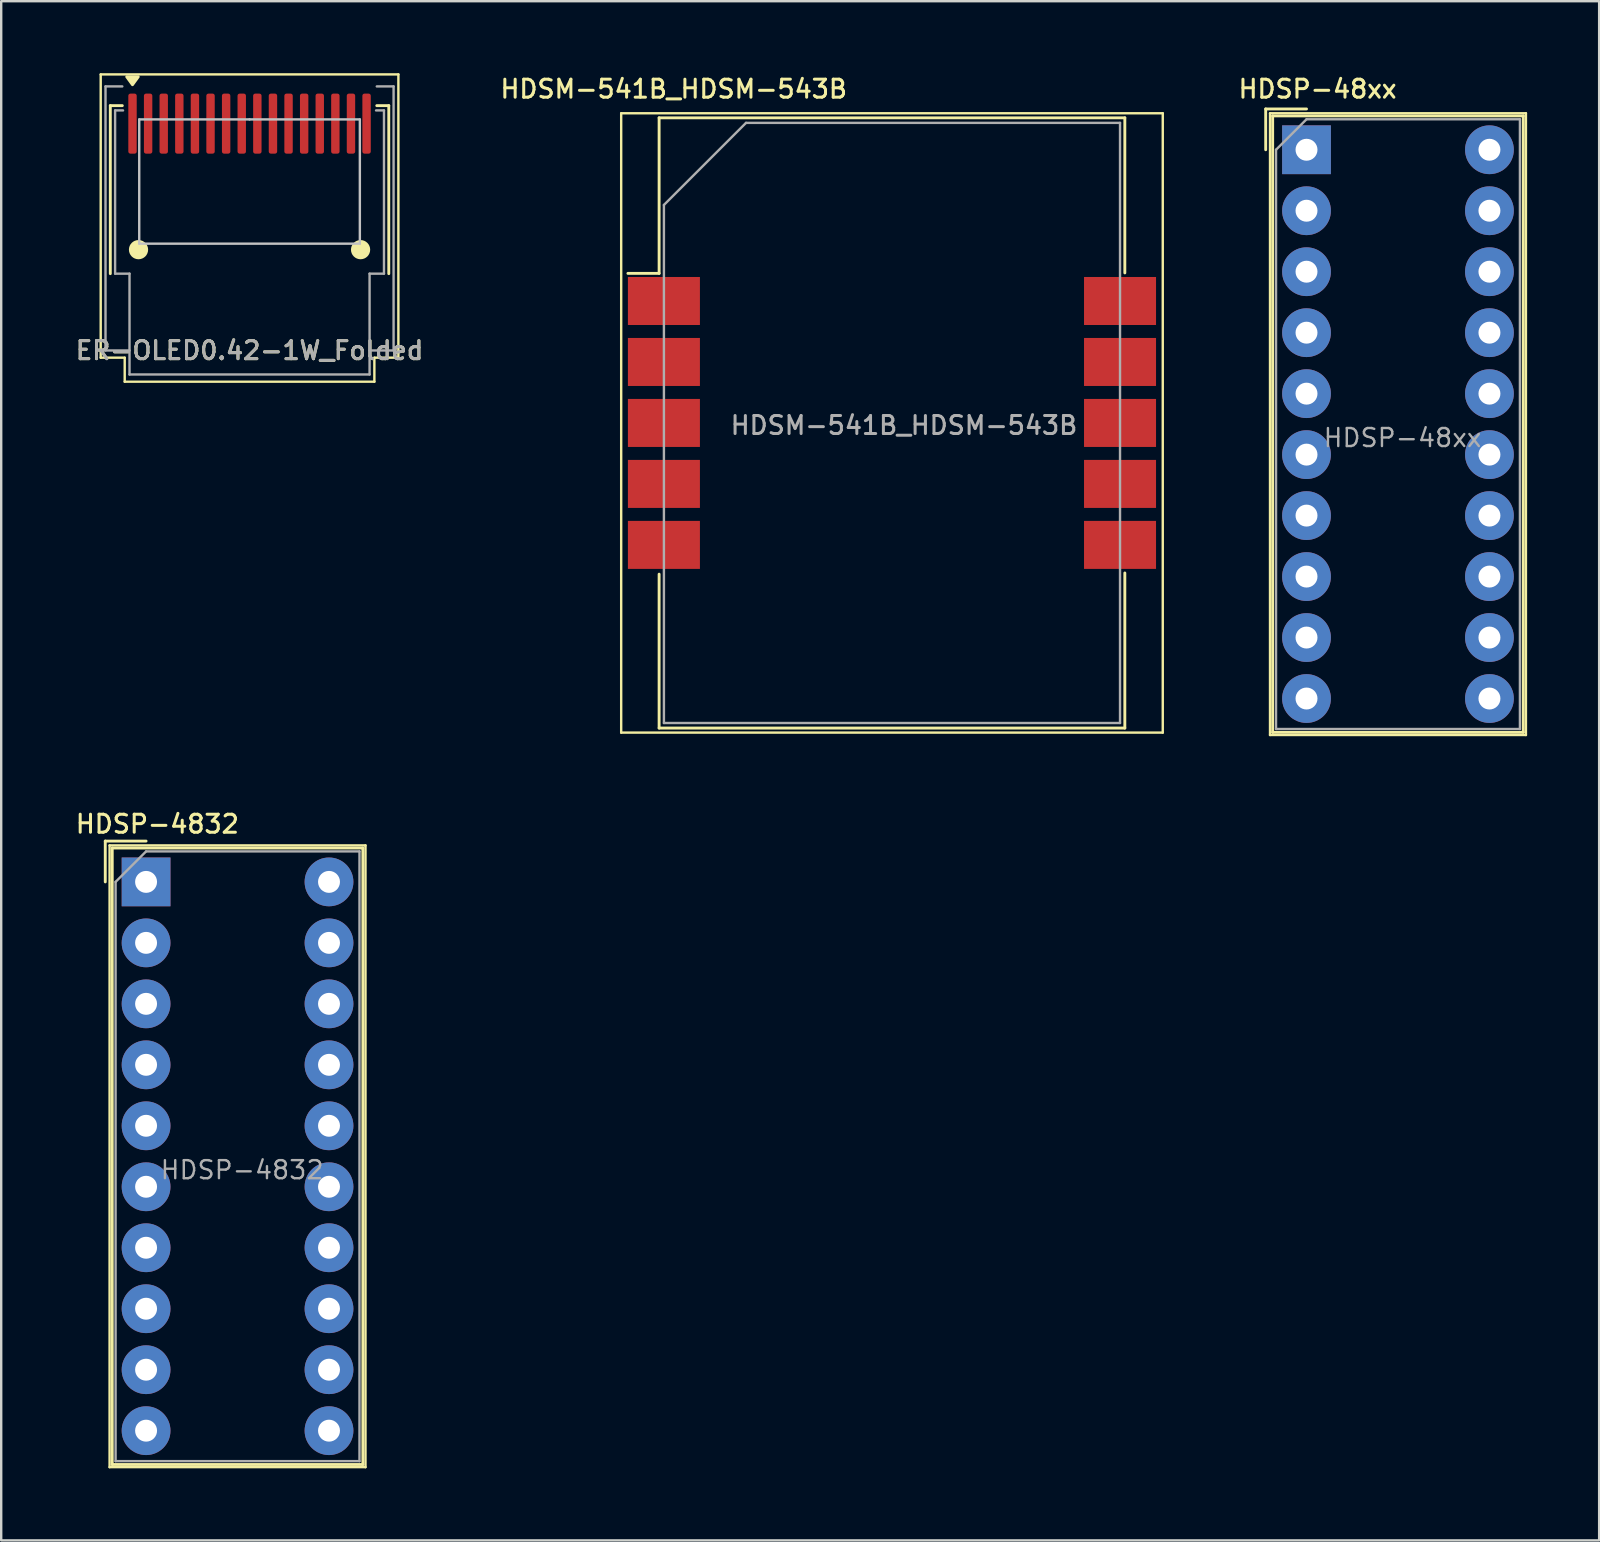
<source format=kicad_pcb>
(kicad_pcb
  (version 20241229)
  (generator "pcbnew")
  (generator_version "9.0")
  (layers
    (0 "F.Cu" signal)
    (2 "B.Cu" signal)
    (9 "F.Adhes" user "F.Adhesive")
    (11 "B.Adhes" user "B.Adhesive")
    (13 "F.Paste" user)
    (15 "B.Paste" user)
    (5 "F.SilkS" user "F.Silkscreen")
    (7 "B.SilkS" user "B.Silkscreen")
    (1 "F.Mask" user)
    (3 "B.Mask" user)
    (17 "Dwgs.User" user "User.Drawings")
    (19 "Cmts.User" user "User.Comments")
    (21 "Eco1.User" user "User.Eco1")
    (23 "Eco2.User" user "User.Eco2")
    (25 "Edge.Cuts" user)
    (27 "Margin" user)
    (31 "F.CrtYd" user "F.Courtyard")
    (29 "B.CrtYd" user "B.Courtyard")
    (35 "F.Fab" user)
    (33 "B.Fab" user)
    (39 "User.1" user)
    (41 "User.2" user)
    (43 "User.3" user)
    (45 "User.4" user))
  (footprint "HDSM-541B_HDSM-543B"
    (layer "F.Cu")
    (at 34.106 14.568)
    (property "Reference" "HDSM-541B_HDSM-543B" (at -9.09 -13.91 0) (layer "F.SilkS") (effects (font (size 0.75 0.75) (thickness 0.125))))
    (attr smd)
    (fp_line (start -11.28 -12.9) (end 11.28 -12.9) (stroke (width 0.1) (type solid)) (layer "F.SilkS"))
    (fp_line (start -11.28 12.9) (end -11.28 -12.9) (stroke (width 0.1) (type solid)) (layer "F.SilkS"))
    (fp_line (start -11 -6.23) (end -9.7 -6.23) (stroke (width 0.12) (type solid)) (layer "F.SilkS"))
    (fp_line (start -9.7 -12.71) (end 9.7 -12.71) (stroke (width 0.12) (type solid)) (layer "F.SilkS"))
    (fp_line (start -9.7 -6.23) (end -9.7 -12.71) (stroke (width 0.12) (type solid)) (layer "F.SilkS"))
    (fp_line (start -9.7 6.3) (end -9.7 12.71) (stroke (width 0.12) (type solid)) (layer "F.SilkS"))
    (fp_line (start -9.7 12.71) (end 9.7 12.71) (stroke (width 0.12) (type solid)) (layer "F.SilkS"))
    (fp_line (start 9.7 -6.25) (end 9.7 -12.71) (stroke (width 0.12) (type solid)) (layer "F.SilkS"))
    (fp_line (start 9.7 6.25) (end 9.7 12.71) (stroke (width 0.12) (type solid)) (layer "F.SilkS"))
    (fp_line (start 11.28 -12.9) (end 11.28 12.9) (stroke (width 0.1) (type solid)) (layer "F.SilkS"))
    (fp_line (start 11.28 12.9) (end -11.28 12.9) (stroke (width 0.1) (type solid)) (layer "F.SilkS"))
    (fp_line (start -9.5 -9.08) (end -6.08 -12.5) (stroke (width 0.1) (type solid)) (layer "F.Fab"))
    (fp_line (start -9.5 12.5) (end -9.5 -9.08) (stroke (width 0.1) (type solid)) (layer "F.Fab"))
    (fp_line (start -6.08 -12.5) (end 9.5 -12.5) (stroke (width 0.1) (type solid)) (layer "F.Fab"))
    (fp_line (start 9.5 -12.5) (end 9.5 12.5) (stroke (width 0.1) (type solid)) (layer "F.Fab"))
    (fp_line (start 9.5 12.5) (end -9.5 12.5) (stroke (width 0.1) (type solid)) (layer "F.Fab"))
    (fp_text user "${REFERENCE}" (at 0.5 0.1 0) (layer "F.Fab") (effects (font (size 0.75 0.75) (thickness 0.125))))
    (pad "1" smd rect (at -9.5 -5.08) (size 3 2) (layers "F.Cu" "F.Mask" "F.Paste"))
    (pad "2" smd rect (at -9.5 -2.54) (size 3 2) (layers "F.Cu" "F.Mask" "F.Paste"))
    (pad "3" smd rect (at -9.5 0) (size 3 2) (layers "F.Cu" "F.Mask" "F.Paste"))
    (pad "4" smd rect (at -9.5 2.54) (size 3 2) (layers "F.Cu" "F.Mask" "F.Paste"))
    (pad "5" smd rect (at -9.5 5.08) (size 3 2) (layers "F.Cu" "F.Mask" "F.Paste"))
    (pad "6" smd rect (at 9.5 5.08) (size 3 2) (layers "F.Cu" "F.Mask" "F.Paste"))
    (pad "7" smd rect (at 9.5 2.54) (size 3 2) (layers "F.Cu" "F.Mask" "F.Paste"))
    (pad "8" smd rect (at 9.5 0) (size 3 2) (layers "F.Cu" "F.Mask" "F.Paste"))
    (pad "9" smd rect (at 9.5 -2.54) (size 3 2) (layers "F.Cu" "F.Mask" "F.Paste"))
    (pad "10" smd rect (at 9.5 -5.08) (size 3 2) (layers "F.Cu" "F.Mask" "F.Paste")))
  (footprint "HDSP-4832"
    (layer "F.Cu")
    (at 3.035 33.686)
    (property "Reference" "HDSP-4832" (at 0.47 -2.41 0) (layer "F.SilkS") (effects (font (size 0.75 0.75) (thickness 0.125))))
    (attr through_hole)
    (fp_line (start -1.7 -1.7) (end -1.7 0) (stroke (width 0.12) (type solid)) (layer "F.SilkS"))
    (fp_line (start -1.52 -1.52) (end -1.52 24.38) (stroke (width 0.1) (type solid)) (layer "F.SilkS"))
    (fp_line (start -1.52 -1.52) (end 9.14 -1.52) (stroke (width 0.1) (type solid)) (layer "F.SilkS"))
    (fp_line (start -1.52 24.38) (end 9.14 24.38) (stroke (width 0.1) (type solid)) (layer "F.SilkS"))
    (fp_line (start -1.41 -1.41) (end 9.03 -1.41) (stroke (width 0.12) (type solid)) (layer "F.SilkS"))
    (fp_line (start -1.41 24.27) (end -1.41 -1.41) (stroke (width 0.12) (type solid)) (layer "F.SilkS"))
    (fp_line (start 0 -1.7) (end -1.7 -1.7) (stroke (width 0.12) (type solid)) (layer "F.SilkS"))
    (fp_line (start 9.03 -1.41) (end 9.03 24.27) (stroke (width 0.12) (type solid)) (layer "F.SilkS"))
    (fp_line (start 9.03 24.27) (end -1.41 24.27) (stroke (width 0.12) (type solid)) (layer "F.SilkS"))
    (fp_line (start 9.14 24.38) (end 9.14 -1.52) (stroke (width 0.1) (type solid)) (layer "F.SilkS"))
    (fp_line (start -1.27 0) (end -1.27 24.13) (stroke (width 0.1) (type solid)) (layer "F.Fab"))
    (fp_line (start -1.27 24.13) (end 8.89 24.13) (stroke (width 0.1) (type solid)) (layer "F.Fab"))
    (fp_line (start 0 -1.27) (end -1.27 0) (stroke (width 0.1) (type solid)) (layer "F.Fab"))
    (fp_line (start 0 -1.27) (end 8.89 -1.27) (stroke (width 0.1) (type solid)) (layer "F.Fab"))
    (fp_line (start 8.89 -1.27) (end 8.89 24.13) (stroke (width 0.1) (type solid)) (layer "F.Fab"))
    (fp_text user "${REFERENCE}" (at 4 12 0) (layer "F.Fab") (effects (font (size 0.75 0.75) (thickness 0.1))))
    (pad "1" thru_hole rect (at 0 0 270) (size 2.032 2.032) (drill 0.914) (layers "*.Cu" "*.Mask"))
    (pad "2" thru_hole circle (at 0 2.54 270) (size 2.032 2.032) (drill 0.914) (layers "*.Cu" "*.Mask"))
    (pad "3" thru_hole circle (at 0 5.08 270) (size 2.032 2.032) (drill 0.914) (layers "*.Cu" "*.Mask"))
    (pad "4" thru_hole circle (at 0 7.62 270) (size 2.032 2.032) (drill 0.914) (layers "*.Cu" "*.Mask"))
    (pad "5" thru_hole circle (at 0 10.16 270) (size 2.032 2.032) (drill 0.914) (layers "*.Cu" "*.Mask"))
    (pad "6" thru_hole circle (at 0 12.7 270) (size 2.032 2.032) (drill 0.914) (layers "*.Cu" "*.Mask"))
    (pad "7" thru_hole circle (at 0 15.24 270) (size 2.032 2.032) (drill 0.914) (layers "*.Cu" "*.Mask"))
    (pad "8" thru_hole circle (at 0 17.78 270) (size 2.032 2.032) (drill 0.914) (layers "*.Cu" "*.Mask"))
    (pad "9" thru_hole circle (at 0 20.32 270) (size 2.032 2.032) (drill 0.914) (layers "*.Cu" "*.Mask"))
    (pad "10" thru_hole circle (at 0 22.86 270) (size 2.032 2.032) (drill 0.914) (layers "*.Cu" "*.Mask"))
    (pad "11" thru_hole circle (at 7.62 22.86 270) (size 2.032 2.032) (drill 0.914) (layers "*.Cu" "*.Mask"))
    (pad "12" thru_hole circle (at 7.62 20.32 270) (size 2.032 2.032) (drill 0.914) (layers "*.Cu" "*.Mask"))
    (pad "13" thru_hole circle (at 7.62 17.78 270) (size 2.032 2.032) (drill 0.914) (layers "*.Cu" "*.Mask"))
    (pad "14" thru_hole circle (at 7.62 15.24 270) (size 2.032 2.032) (drill 0.914) (layers "*.Cu" "*.Mask"))
    (pad "15" thru_hole circle (at 7.62 12.7 270) (size 2.032 2.032) (drill 0.914) (layers "*.Cu" "*.Mask"))
    (pad "16" thru_hole circle (at 7.62 10.16 270) (size 2.032 2.032) (drill 0.914) (layers "*.Cu" "*.Mask"))
    (pad "17" thru_hole circle (at 7.62 7.62 270) (size 2.032 2.032) (drill 0.914) (layers "*.Cu" "*.Mask"))
    (pad "18" thru_hole circle (at 7.62 5.08 270) (size 2.032 2.032) (drill 0.914) (layers "*.Cu" "*.Mask"))
    (pad "19" thru_hole circle (at 7.62 2.54 270) (size 2.032 2.032) (drill 0.914) (layers "*.Cu" "*.Mask"))
    (pad "20" thru_hole circle (at 7.62 0 270) (size 2.032 2.032) (drill 0.914) (layers "*.Cu" "*.Mask")))
  (footprint "HDSP-48xx"
    (layer "F.Cu")
    (at 51.374 3.188)
    (property "Reference" "HDSP-48xx" (at 0.46 -2.53 0) (layer "F.SilkS") (effects (font (size 0.75 0.75) (thickness 0.125))))
    (attr through_hole)
    (fp_line (start -1.7 -1.7) (end -1.7 0) (stroke (width 0.12) (type solid)) (layer "F.SilkS"))
    (fp_line (start -1.52 -1.52) (end -1.52 24.38) (stroke (width 0.1) (type solid)) (layer "F.SilkS"))
    (fp_line (start -1.52 -1.52) (end 9.14 -1.52) (stroke (width 0.1) (type solid)) (layer "F.SilkS"))
    (fp_line (start -1.52 24.38) (end 9.14 24.38) (stroke (width 0.1) (type solid)) (layer "F.SilkS"))
    (fp_line (start -1.41 -1.41) (end 9.03 -1.41) (stroke (width 0.12) (type solid)) (layer "F.SilkS"))
    (fp_line (start -1.41 24.27) (end -1.41 -1.41) (stroke (width 0.12) (type solid)) (layer "F.SilkS"))
    (fp_line (start 0 -1.7) (end -1.7 -1.7) (stroke (width 0.12) (type solid)) (layer "F.SilkS"))
    (fp_line (start 9.03 -1.41) (end 9.03 24.27) (stroke (width 0.12) (type solid)) (layer "F.SilkS"))
    (fp_line (start 9.03 24.27) (end -1.41 24.27) (stroke (width 0.12) (type solid)) (layer "F.SilkS"))
    (fp_line (start 9.14 24.38) (end 9.14 -1.52) (stroke (width 0.1) (type solid)) (layer "F.SilkS"))
    (fp_line (start -1.27 0) (end -1.27 24.13) (stroke (width 0.1) (type solid)) (layer "F.Fab"))
    (fp_line (start -1.27 24.13) (end 8.89 24.13) (stroke (width 0.1) (type solid)) (layer "F.Fab"))
    (fp_line (start 0 -1.27) (end -1.27 0) (stroke (width 0.1) (type solid)) (layer "F.Fab"))
    (fp_line (start 0 -1.27) (end 8.89 -1.27) (stroke (width 0.1) (type solid)) (layer "F.Fab"))
    (fp_line (start 8.89 -1.27) (end 8.89 24.13) (stroke (width 0.1) (type solid)) (layer "F.Fab"))
    (fp_text user "${REFERENCE}" (at 4 12 0) (layer "F.Fab") (effects (font (size 0.75 0.75) (thickness 0.1))))
    (pad "1" thru_hole rect (at 0 0 270) (size 2.032 2.032) (drill 0.914) (layers "*.Cu" "*.Mask"))
    (pad "2" thru_hole circle (at 0 2.54 270) (size 2.032 2.032) (drill 0.914) (layers "*.Cu" "*.Mask"))
    (pad "3" thru_hole circle (at 0 5.08 270) (size 2.032 2.032) (drill 0.914) (layers "*.Cu" "*.Mask"))
    (pad "4" thru_hole circle (at 0 7.62 270) (size 2.032 2.032) (drill 0.914) (layers "*.Cu" "*.Mask"))
    (pad "5" thru_hole circle (at 0 10.16 270) (size 2.032 2.032) (drill 0.914) (layers "*.Cu" "*.Mask"))
    (pad "6" thru_hole circle (at 0 12.7 270) (size 2.032 2.032) (drill 0.914) (layers "*.Cu" "*.Mask"))
    (pad "7" thru_hole circle (at 0 15.24 270) (size 2.032 2.032) (drill 0.914) (layers "*.Cu" "*.Mask"))
    (pad "8" thru_hole circle (at 0 17.78 270) (size 2.032 2.032) (drill 0.914) (layers "*.Cu" "*.Mask"))
    (pad "9" thru_hole circle (at 0 20.32 270) (size 2.032 2.032) (drill 0.914) (layers "*.Cu" "*.Mask"))
    (pad "10" thru_hole circle (at 0 22.86 270) (size 2.032 2.032) (drill 0.914) (layers "*.Cu" "*.Mask"))
    (pad "11" thru_hole circle (at 7.62 22.86 270) (size 2.032 2.032) (drill 0.914) (layers "*.Cu" "*.Mask"))
    (pad "12" thru_hole circle (at 7.62 20.32 270) (size 2.032 2.032) (drill 0.914) (layers "*.Cu" "*.Mask"))
    (pad "13" thru_hole circle (at 7.62 17.78 270) (size 2.032 2.032) (drill 0.914) (layers "*.Cu" "*.Mask"))
    (pad "14" thru_hole circle (at 7.62 15.24 270) (size 2.032 2.032) (drill 0.914) (layers "*.Cu" "*.Mask"))
    (pad "15" thru_hole circle (at 7.62 12.7 270) (size 2.032 2.032) (drill 0.914) (layers "*.Cu" "*.Mask"))
    (pad "16" thru_hole circle (at 7.62 10.16 270) (size 2.032 2.032) (drill 0.914) (layers "*.Cu" "*.Mask"))
    (pad "17" thru_hole circle (at 7.62 7.62 270) (size 2.032 2.032) (drill 0.914) (layers "*.Cu" "*.Mask"))
    (pad "18" thru_hole circle (at 7.62 5.08 270) (size 2.032 2.032) (drill 0.914) (layers "*.Cu" "*.Mask"))
    (pad "19" thru_hole circle (at 7.62 2.54 270) (size 2.032 2.032) (drill 0.914) (layers "*.Cu" "*.Mask"))
    (pad "20" thru_hole circle (at 7.62 0 270) (size 2.032 2.032) (drill 0.914) (layers "*.Cu" "*.Mask")))
  (footprint "ER-OLED0.42-1W_Folded"
    (layer "F.Cu")
    (at 7.345 2.1)
    (property "Reference" "ER-OLED0.42-1W_Folded" (at 0 9.45 0) (unlocked yes) (layer "F.SilkS") (effects (font (size 0.75 0.75) (thickness 0.125))))
    (attr smd)
    (fp_line (start -6.2 -2.05) (end 6.2 -2.05) (stroke (width 0.1) (type solid)) (layer "F.SilkS"))
    (fp_line (start -6.2 9.75) (end -6.2 -2.05) (stroke (width 0.1) (type solid)) (layer "F.SilkS"))
    (fp_line (start -5.8 -0.75) (end -5.8 6.25) (stroke (width 0.12) (type default)) (layer "F.SilkS"))
    (fp_line (start -5.3 -0.75) (end -5.8 -0.75) (stroke (width 0.12) (type default)) (layer "F.SilkS"))
    (fp_line (start -5.2 9.75) (end -6.2 9.75) (stroke (width 0.1) (type solid)) (layer "F.SilkS"))
    (fp_line (start -5.2 10.75) (end -5.2 9.75) (stroke (width 0.1) (type solid)) (layer "F.SilkS"))
    (fp_line (start 5.2 9.75) (end 5.2 10.75) (stroke (width 0.1) (type solid)) (layer "F.SilkS"))
    (fp_line (start 5.2 10.75) (end -5.2 10.75) (stroke (width 0.1) (type solid)) (layer "F.SilkS"))
    (fp_line (start 5.3 -0.75) (end 5.8 -0.75) (stroke (width 0.12) (type default)) (layer "F.SilkS"))
    (fp_line (start 5.8 -0.75) (end 5.8 6.25) (stroke (width 0.12) (type default)) (layer "F.SilkS"))
    (fp_line (start 6.2 -2.05) (end 6.2 9.75) (stroke (width 0.1) (type solid)) (layer "F.SilkS"))
    (fp_line (start 6.2 9.75) (end 5.2 9.75) (stroke (width 0.1) (type solid)) (layer "F.SilkS"))
    (fp_circle (center -4.625 5.25) (end -4.225 5.25) (stroke (width 0) (type solid)) (fill yes) (layer "F.SilkS"))
    (fp_circle (center 4.625 5.25) (end 5.025 5.25) (stroke (width 0) (type solid)) (fill yes) (layer "F.SilkS"))
    (fp_poly (pts (xy -4.876 -1.62) (xy -5.116 -1.95) (xy -4.636 -1.95) (xy -4.876 -1.62)) (stroke (width 0.12) (type solid)) (fill yes) (layer "F.SilkS"))
    (fp_line (start -4.595 -0.175) (end -4.595 5) (stroke (width 0.1) (type solid)) (layer "Dwgs.User"))
    (fp_line (start -4.595 5) (end 4.595 5) (stroke (width 0.1) (type solid)) (layer "Dwgs.User"))
    (fp_line (start 0 -0.175) (end -4.595 -0.175) (stroke (width 0.1) (type solid)) (layer "Dwgs.User"))
    (fp_line (start 4.595 -0.175) (end 0 -0.175) (stroke (width 0.1) (type solid)) (layer "Dwgs.User"))
    (fp_line (start 4.595 5) (end 4.595 -0.175) (stroke (width 0.1) (type solid)) (layer "Dwgs.User"))
    (fp_line (start -6 -1.55) (end -6 9.45) (stroke (width 0.1) (type solid)) (layer "F.Fab"))
    (fp_line (start -6 -1.55) (end -5.3 -1.55) (stroke (width 0.1) (type solid)) (layer "F.Fab"))
    (fp_line (start -5.6 -0.55) (end -5.6 6.25) (stroke (width 0.1) (type solid)) (layer "F.Fab"))
    (fp_line (start -5.6 6.25) (end -5 6.25) (stroke (width 0.1) (type solid)) (layer "F.Fab"))
    (fp_line (start -5.27 -0.55) (end -5.6 -0.55) (stroke (width 0.1) (type solid)) (layer "F.Fab"))
    (fp_line (start -5 6.25) (end -5 10.45) (stroke (width 0.1) (type solid)) (layer "F.Fab"))
    (fp_line (start -5 9.45) (end -6 9.45) (stroke (width 0.1) (type solid)) (layer "F.Fab"))
    (fp_line (start -5 10.45) (end 5 10.45) (stroke (width 0.1) (type solid)) (layer "F.Fab"))
    (fp_line (start 5 10.45) (end 5 6.25) (stroke (width 0.1) (type solid)) (layer "F.Fab"))
    (fp_line (start 5.27 -0.55) (end 5.6 -0.55) (stroke (width 0.1) (type solid)) (layer "F.Fab"))
    (fp_line (start 5.6 -0.55) (end 5.6 6.25) (stroke (width 0.1) (type solid)) (layer "F.Fab"))
    (fp_line (start 5.6 6.25) (end 5 6.25) (stroke (width 0.1) (type solid)) (layer "F.Fab"))
    (fp_line (start 6 -1.55) (end 5.3 -1.55) (stroke (width 0.1) (type solid)) (layer "F.Fab"))
    (fp_line (start 6 -1.55) (end 6 9.45) (stroke (width 0.1) (type solid)) (layer "F.Fab"))
    (fp_line (start 6 9.45) (end 5 9.45) (stroke (width 0.1) (type solid)) (layer "F.Fab"))
    (fp_text user "${REFERENCE}" (at 0 9.45 0) (unlocked yes) (layer "F.Fab") (effects (font (size 0.75 0.75) (thickness 0.125))))
    (pad "1" smd roundrect (at -4.875 0 90) (size 2.5 0.35) (layers "F.Cu" "F.Mask" "F.Paste") (roundrect_rratio 0.25))
    (pad "2" smd roundrect (at -4.225 0 90) (size 2.5 0.35) (layers "F.Cu" "F.Mask" "F.Paste") (roundrect_rratio 0.25))
    (pad "3" smd roundrect (at -3.575 0 90) (size 2.5 0.35) (layers "F.Cu" "F.Mask" "F.Paste") (roundrect_rratio 0.25))
    (pad "4" smd roundrect (at -2.925 0 90) (size 2.5 0.35) (layers "F.Cu" "F.Mask" "F.Paste") (roundrect_rratio 0.25))
    (pad "5" smd roundrect (at -2.275 0 90) (size 2.5 0.35) (layers "F.Cu" "F.Mask" "F.Paste") (roundrect_rratio 0.25))
    (pad "6" smd roundrect (at -1.625 0 90) (size 2.5 0.35) (layers "F.Cu" "F.Mask" "F.Paste") (roundrect_rratio 0.25))
    (pad "7" smd roundrect (at -0.975 0 90) (size 2.5 0.35) (layers "F.Cu" "F.Mask" "F.Paste") (roundrect_rratio 0.25))
    (pad "8" smd roundrect (at -0.325 0 90) (size 2.5 0.35) (layers "F.Cu" "F.Mask" "F.Paste") (roundrect_rratio 0.25))
    (pad "9" smd roundrect (at 0.325 0 90) (size 2.5 0.35) (layers "F.Cu" "F.Mask" "F.Paste") (roundrect_rratio 0.25))
    (pad "10" smd roundrect (at 0.975 0 90) (size 2.5 0.35) (layers "F.Cu" "F.Mask" "F.Paste") (roundrect_rratio 0.25))
    (pad "11" smd roundrect (at 1.625 0 90) (size 2.5 0.35) (layers "F.Cu" "F.Mask" "F.Paste") (roundrect_rratio 0.25))
    (pad "12" smd roundrect (at 2.275 0 90) (size 2.5 0.35) (layers "F.Cu" "F.Mask" "F.Paste") (roundrect_rratio 0.25))
    (pad "13" smd roundrect (at 2.925 0 90) (size 2.5 0.35) (layers "F.Cu" "F.Mask" "F.Paste") (roundrect_rratio 0.25))
    (pad "14" smd roundrect (at 3.575 0 90) (size 2.5 0.35) (layers "F.Cu" "F.Mask" "F.Paste") (roundrect_rratio 0.25))
    (pad "15" smd roundrect (at 4.225 0 90) (size 2.5 0.35) (layers "F.Cu" "F.Mask" "F.Paste") (roundrect_rratio 0.25))
    (pad "16" smd roundrect (at 4.875 0 90) (size 2.5 0.35) (layers "F.Cu" "F.Mask" "F.Paste") (roundrect_rratio 0.25)))
  (gr_rect
    (start -3 -3)
    (end 63.564 61.116)
    (stroke (width 0.1) (type default))
    (fill no)
    (layer "Edge.Cuts")))
</source>
